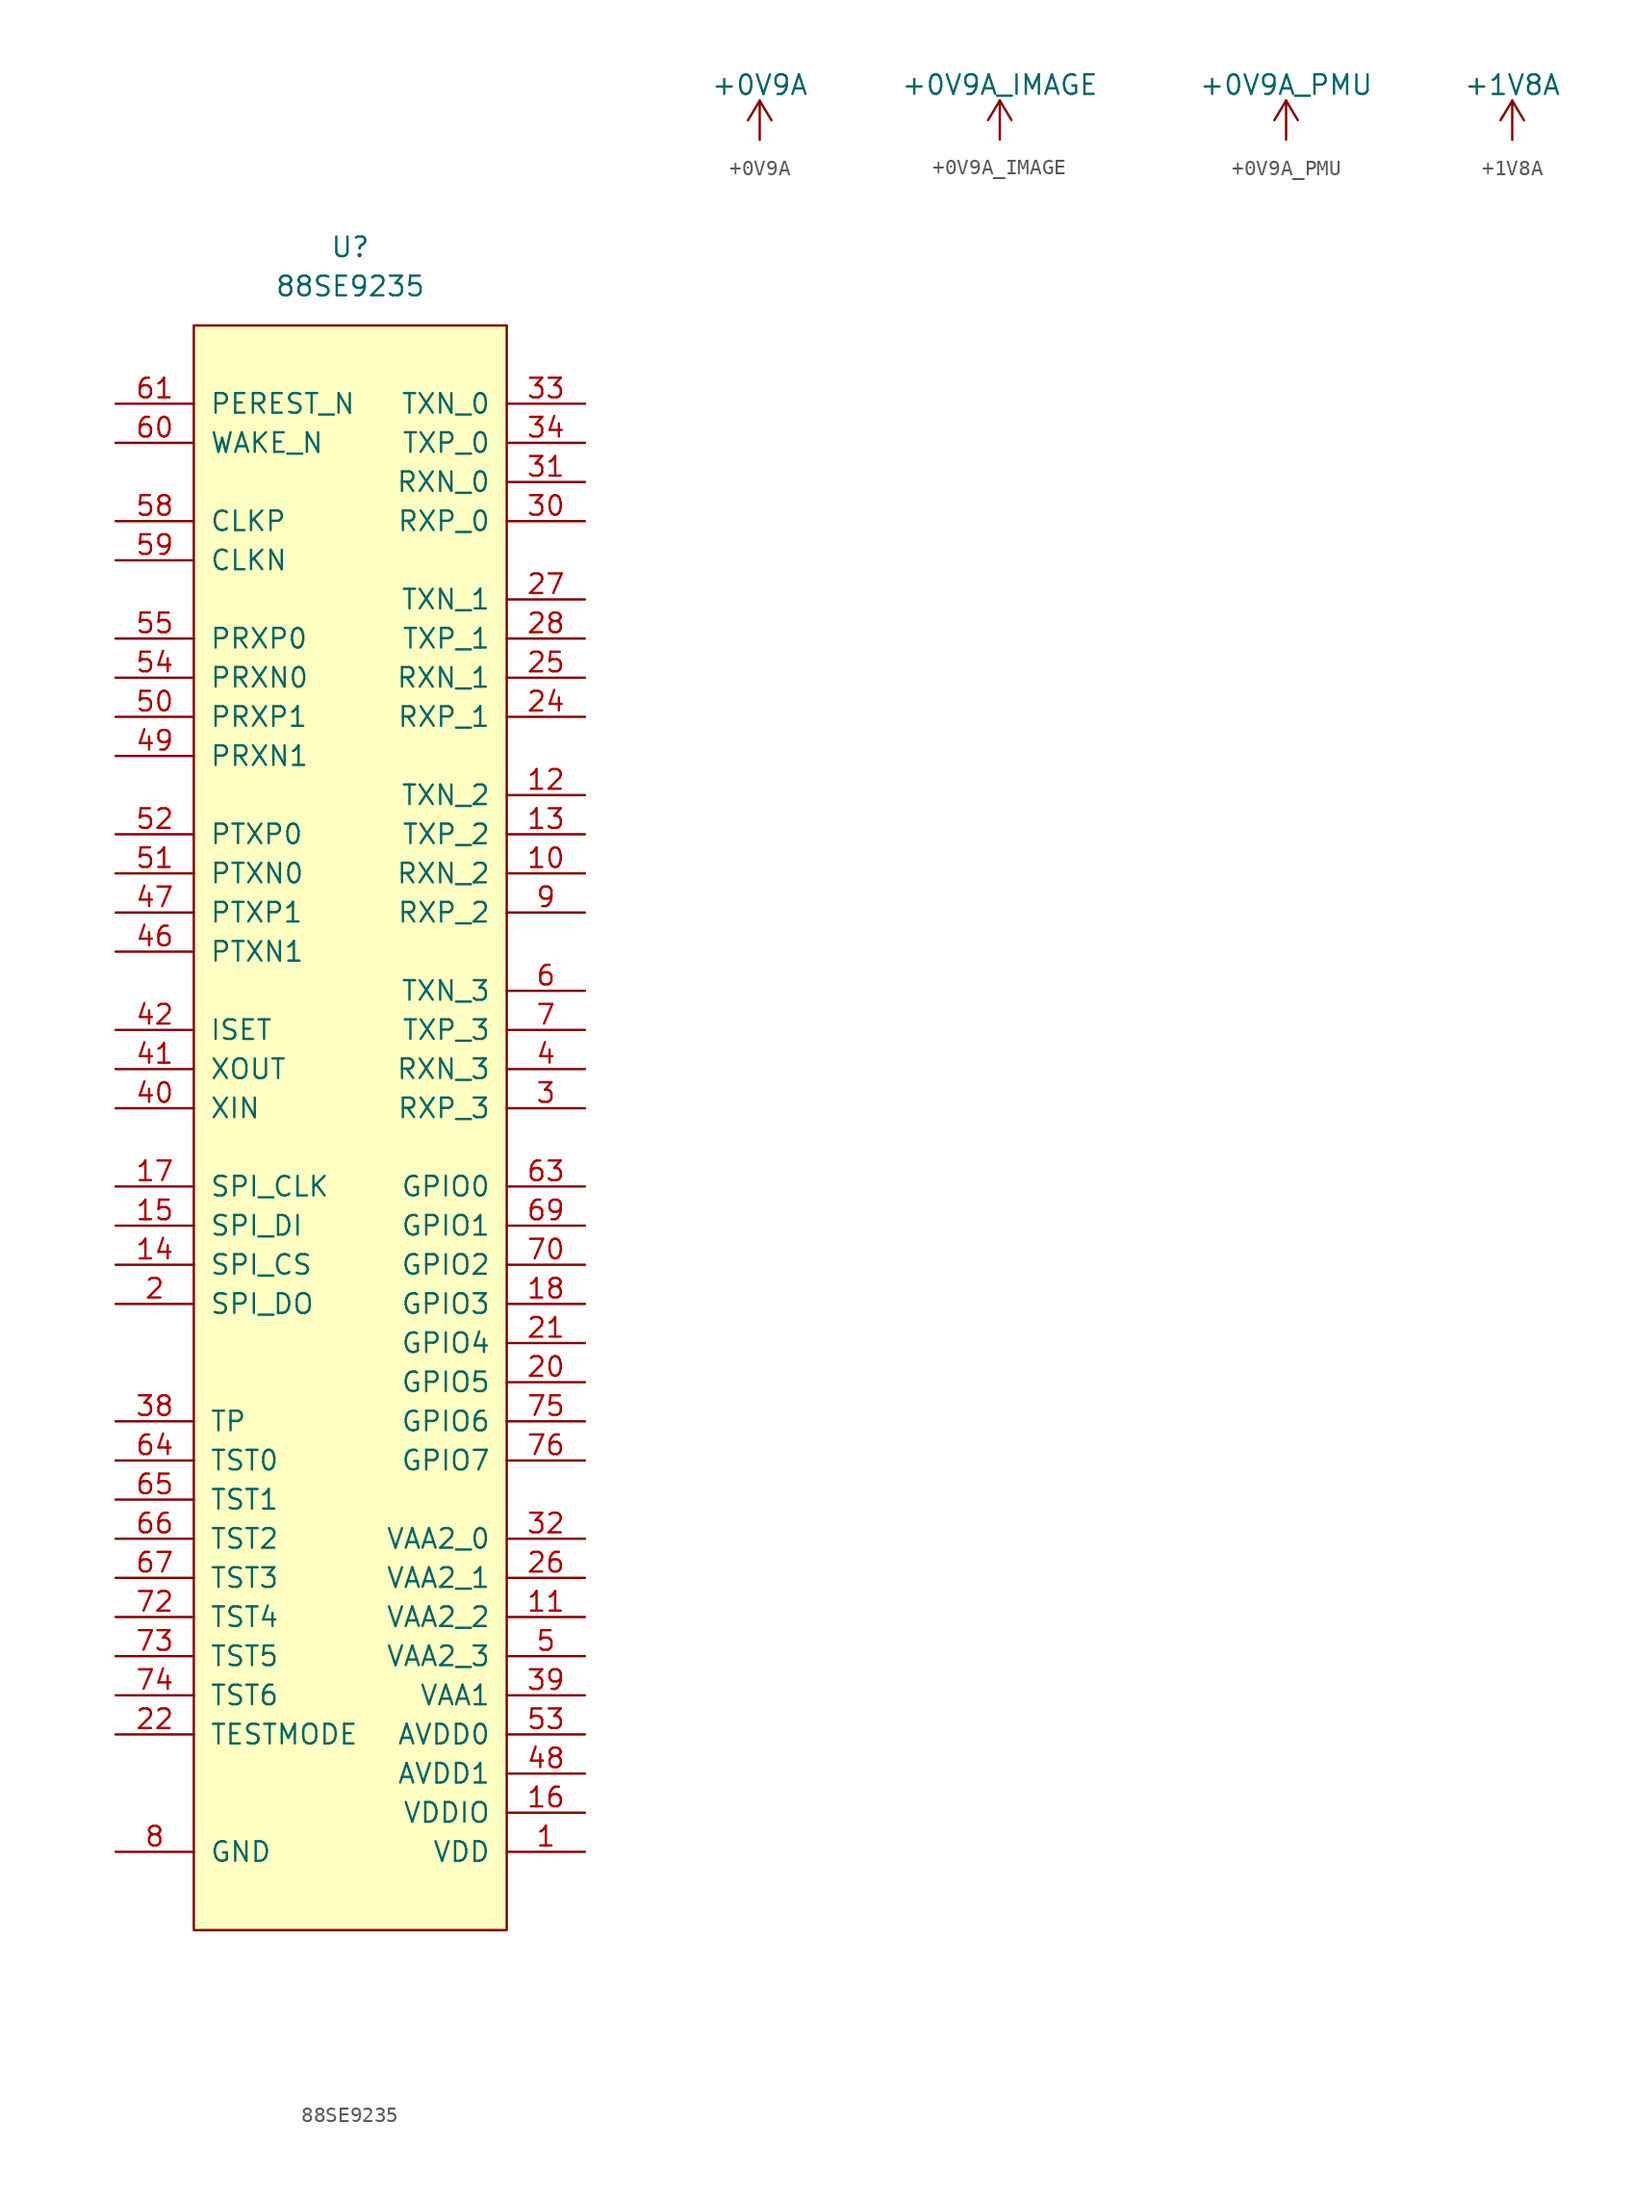
<source format=kicad_sym>
(kicad_symbol_lib
  (version 20231120)
  (generator "kicad_symbol_editor")
  (generator_version "8.0")
  (symbol "88SE9235"
    (pin_names
      (offset 1.016))
    (property "Reference" "U"
      (at 0 0 0)
      (effects (font (size 1.27 1.27))))
    (property "Value" "88SE9235"
      (at 0 -2.54 0)
      (effects (font (size 1.27 1.27))))
    (symbol "88SE9235_0_1"
      (rectangle (start -10.16 -5.08) (end 10.16 -109.22) (stroke (width 0) (type default)) (fill (type background))))
    (symbol "88SE9235_1_1"
      (pin power_in line (at 15.24 -104.14 180) (length 5.08) (name "VDD" (effects (font (size 1.27 1.27)))) (number "1" (effects (font (size 1.27 1.27)))))
      (pin input line (at 15.24 -40.64 180) (length 5.08) (name "RXN_2" (effects (font (size 1.27 1.27)))) (number "10" (effects (font (size 1.27 1.27)))))
      (pin power_in line (at 15.24 -88.9 180) (length 5.08) (name "VAA2_2" (effects (font (size 1.27 1.27)))) (number "11" (effects (font (size 1.27 1.27)))))
      (pin output line (at 15.24 -35.56 180) (length 5.08) (name "TXN_2" (effects (font (size 1.27 1.27)))) (number "12" (effects (font (size 1.27 1.27)))))
      (pin output line (at 15.24 -38.1 180) (length 5.08) (name "TXP_2" (effects (font (size 1.27 1.27)))) (number "13" (effects (font (size 1.27 1.27)))))
      (pin output line (at -15.24 -66.04 0) (length 5.08) (name "SPI_CS" (effects (font (size 1.27 1.27)))) (number "14" (effects (font (size 1.27 1.27)))))
      (pin input line (at -15.24 -63.5 0) (length 5.08) (name "SPI_DI" (effects (font (size 1.27 1.27)))) (number "15" (effects (font (size 1.27 1.27)))))
      (pin power_in line (at 15.24 -101.6 180) (length 5.08) (name "VDDIO" (effects (font (size 1.27 1.27)))) (number "16" (effects (font (size 1.27 1.27)))))
      (pin output line (at -15.24 -60.96 0) (length 5.08) (name "SPI_CLK" (effects (font (size 1.27 1.27)))) (number "17" (effects (font (size 1.27 1.27)))))
      (pin bidirectional line (at 15.24 -68.58 180) (length 5.08) (name "GPIO3" (effects (font (size 1.27 1.27)))) (number "18" (effects (font (size 1.27 1.27)))))
      (pin power_in line (at 15.24 -104.14 180) (length 5.08) hide (name "VDD" (effects (font (size 1.27 1.27)))) (number "19" (effects (font (size 1.27 1.27)))))
      (pin output line (at -15.24 -68.58 0) (length 5.08) (name "SPI_DO" (effects (font (size 1.27 1.27)))) (number "2" (effects (font (size 1.27 1.27)))))
      (pin bidirectional line (at 15.24 -73.66 180) (length 5.08) (name "GPIO5" (effects (font (size 1.27 1.27)))) (number "20" (effects (font (size 1.27 1.27)))))
      (pin bidirectional line (at 15.24 -71.12 180) (length 5.08) (name "GPIO4" (effects (font (size 1.27 1.27)))) (number "21" (effects (font (size 1.27 1.27)))))
      (pin input line (at -15.24 -96.52 0) (length 5.08) (name "TESTMODE" (effects (font (size 1.27 1.27)))) (number "22" (effects (font (size 1.27 1.27)))))
      (pin power_in line (at 15.24 -104.14 180) (length 5.08) hide (name "VDD" (effects (font (size 1.27 1.27)))) (number "23" (effects (font (size 1.27 1.27)))))
      (pin input line (at 15.24 -30.48 180) (length 5.08) (name "RXP_1" (effects (font (size 1.27 1.27)))) (number "24" (effects (font (size 1.27 1.27)))))
      (pin input line (at 15.24 -27.94 180) (length 5.08) (name "RXN_1" (effects (font (size 1.27 1.27)))) (number "25" (effects (font (size 1.27 1.27)))))
      (pin power_in line (at 15.24 -86.36 180) (length 5.08) (name "VAA2_1" (effects (font (size 1.27 1.27)))) (number "26" (effects (font (size 1.27 1.27)))))
      (pin output line (at 15.24 -22.86 180) (length 5.08) (name "TXN_1" (effects (font (size 1.27 1.27)))) (number "27" (effects (font (size 1.27 1.27)))))
      (pin output line (at 15.24 -25.4 180) (length 5.08) (name "TXP_1" (effects (font (size 1.27 1.27)))) (number "28" (effects (font (size 1.27 1.27)))))
      (pin power_in line (at -15.24 -104.14 0) (length 5.08) hide (name "GND" (effects (font (size 1.27 1.27)))) (number "29" (effects (font (size 1.27 1.27)))))
      (pin input line (at 15.24 -55.88 180) (length 5.08) (name "RXP_3" (effects (font (size 1.27 1.27)))) (number "3" (effects (font (size 1.27 1.27)))))
      (pin input line (at 15.24 -17.78 180) (length 5.08) (name "RXP_0" (effects (font (size 1.27 1.27)))) (number "30" (effects (font (size 1.27 1.27)))))
      (pin input line (at 15.24 -15.24 180) (length 5.08) (name "RXN_0" (effects (font (size 1.27 1.27)))) (number "31" (effects (font (size 1.27 1.27)))))
      (pin power_in line (at 15.24 -83.82 180) (length 5.08) (name "VAA2_0" (effects (font (size 1.27 1.27)))) (number "32" (effects (font (size 1.27 1.27)))))
      (pin output line (at 15.24 -10.16 180) (length 5.08) (name "TXN_0" (effects (font (size 1.27 1.27)))) (number "33" (effects (font (size 1.27 1.27)))))
      (pin output line (at 15.24 -12.7 180) (length 5.08) (name "TXP_0" (effects (font (size 1.27 1.27)))) (number "34" (effects (font (size 1.27 1.27)))))
      (pin power_in line (at 15.24 -104.14 180) (length 5.08) hide (name "VDD" (effects (font (size 1.27 1.27)))) (number "36" (effects (font (size 1.27 1.27)))))
      (pin bidirectional line (at -15.24 -76.2 0) (length 5.08) (name "TP" (effects (font (size 1.27 1.27)))) (number "38" (effects (font (size 1.27 1.27)))))
      (pin power_in line (at 15.24 -93.98 180) (length 5.08) (name "VAA1" (effects (font (size 1.27 1.27)))) (number "39" (effects (font (size 1.27 1.27)))))
      (pin input line (at 15.24 -53.34 180) (length 5.08) (name "RXN_3" (effects (font (size 1.27 1.27)))) (number "4" (effects (font (size 1.27 1.27)))))
      (pin input line (at -15.24 -55.88 0) (length 5.08) (name "XIN" (effects (font (size 1.27 1.27)))) (number "40" (effects (font (size 1.27 1.27)))))
      (pin output line (at -15.24 -53.34 0) (length 5.08) (name "XOUT" (effects (font (size 1.27 1.27)))) (number "41" (effects (font (size 1.27 1.27)))))
      (pin bidirectional line (at -15.24 -50.8 0) (length 5.08) (name "ISET" (effects (font (size 1.27 1.27)))) (number "42" (effects (font (size 1.27 1.27)))))
      (pin power_in line (at 15.24 -104.14 180) (length 5.08) hide (name "VDD" (effects (font (size 1.27 1.27)))) (number "44" (effects (font (size 1.27 1.27)))))
      (pin power_in line (at -15.24 -104.14 0) (length 5.08) hide (name "GND" (effects (font (size 1.27 1.27)))) (number "45" (effects (font (size 1.27 1.27)))))
      (pin output line (at -15.24 -45.72 0) (length 5.08) (name "PTXN1" (effects (font (size 1.27 1.27)))) (number "46" (effects (font (size 1.27 1.27)))))
      (pin output line (at -15.24 -43.18 0) (length 5.08) (name "PTXP1" (effects (font (size 1.27 1.27)))) (number "47" (effects (font (size 1.27 1.27)))))
      (pin power_in line (at 15.24 -99.06 180) (length 5.08) (name "AVDD1" (effects (font (size 1.27 1.27)))) (number "48" (effects (font (size 1.27 1.27)))))
      (pin input line (at -15.24 -33.02 0) (length 5.08) (name "PRXN1" (effects (font (size 1.27 1.27)))) (number "49" (effects (font (size 1.27 1.27)))))
      (pin power_in line (at 15.24 -91.44 180) (length 5.08) (name "VAA2_3" (effects (font (size 1.27 1.27)))) (number "5" (effects (font (size 1.27 1.27)))))
      (pin input line (at -15.24 -30.48 0) (length 5.08) (name "PRXP1" (effects (font (size 1.27 1.27)))) (number "50" (effects (font (size 1.27 1.27)))))
      (pin output line (at -15.24 -40.64 0) (length 5.08) (name "PTXN0" (effects (font (size 1.27 1.27)))) (number "51" (effects (font (size 1.27 1.27)))))
      (pin output line (at -15.24 -38.1 0) (length 5.08) (name "PTXP0" (effects (font (size 1.27 1.27)))) (number "52" (effects (font (size 1.27 1.27)))))
      (pin power_in line (at 15.24 -96.52 180) (length 5.08) (name "AVDD0" (effects (font (size 1.27 1.27)))) (number "53" (effects (font (size 1.27 1.27)))))
      (pin input line (at -15.24 -27.94 0) (length 5.08) (name "PRXN0" (effects (font (size 1.27 1.27)))) (number "54" (effects (font (size 1.27 1.27)))))
      (pin input line (at -15.24 -25.4 0) (length 5.08) (name "PRXP0" (effects (font (size 1.27 1.27)))) (number "55" (effects (font (size 1.27 1.27)))))
      (pin power_in line (at -15.24 -104.14 0) (length 5.08) hide (name "GND" (effects (font (size 1.27 1.27)))) (number "56" (effects (font (size 1.27 1.27)))))
      (pin input line (at -15.24 -17.78 0) (length 5.08) (name "CLKP" (effects (font (size 1.27 1.27)))) (number "58" (effects (font (size 1.27 1.27)))))
      (pin input line (at -15.24 -20.32 0) (length 5.08) (name "CLKN" (effects (font (size 1.27 1.27)))) (number "59" (effects (font (size 1.27 1.27)))))
      (pin output line (at 15.24 -48.26 180) (length 5.08) (name "TXN_3" (effects (font (size 1.27 1.27)))) (number "6" (effects (font (size 1.27 1.27)))))
      (pin open_collector line (at -15.24 -12.7 0) (length 5.08) (name "WAKE_N" (effects (font (size 1.27 1.27)))) (number "60" (effects (font (size 1.27 1.27)))))
      (pin input line (at -15.24 -10.16 0) (length 5.08) (name "PEREST_N" (effects (font (size 1.27 1.27)))) (number "61" (effects (font (size 1.27 1.27)))))
      (pin power_in line (at 15.24 -104.14 180) (length 5.08) hide (name "VDD" (effects (font (size 1.27 1.27)))) (number "62" (effects (font (size 1.27 1.27)))))
      (pin bidirectional line (at 15.24 -60.96 180) (length 5.08) (name "GPIO0" (effects (font (size 1.27 1.27)))) (number "63" (effects (font (size 1.27 1.27)))))
      (pin bidirectional line (at -15.24 -78.74 0) (length 5.08) (name "TST0" (effects (font (size 1.27 1.27)))) (number "64" (effects (font (size 1.27 1.27)))))
      (pin bidirectional line (at -15.24 -81.28 0) (length 5.08) (name "TST1" (effects (font (size 1.27 1.27)))) (number "65" (effects (font (size 1.27 1.27)))))
      (pin bidirectional line (at -15.24 -83.82 0) (length 5.08) (name "TST2" (effects (font (size 1.27 1.27)))) (number "66" (effects (font (size 1.27 1.27)))))
      (pin bidirectional line (at -15.24 -86.36 0) (length 5.08) (name "TST3" (effects (font (size 1.27 1.27)))) (number "67" (effects (font (size 1.27 1.27)))))
      (pin power_in line (at 15.24 -101.6 180) (length 5.08) hide (name "VDDIO" (effects (font (size 1.27 1.27)))) (number "68" (effects (font (size 1.27 1.27)))))
      (pin bidirectional line (at 15.24 -63.5 180) (length 5.08) (name "GPIO1" (effects (font (size 1.27 1.27)))) (number "69" (effects (font (size 1.27 1.27)))))
      (pin output line (at 15.24 -50.8 180) (length 5.08) (name "TXP_3" (effects (font (size 1.27 1.27)))) (number "7" (effects (font (size 1.27 1.27)))))
      (pin bidirectional line (at 15.24 -66.04 180) (length 5.08) (name "GPIO2" (effects (font (size 1.27 1.27)))) (number "70" (effects (font (size 1.27 1.27)))))
      (pin power_in line (at 15.24 -104.14 180) (length 5.08) hide (name "VDD" (effects (font (size 1.27 1.27)))) (number "71" (effects (font (size 1.27 1.27)))))
      (pin bidirectional line (at -15.24 -88.9 0) (length 5.08) (name "TST4" (effects (font (size 1.27 1.27)))) (number "72" (effects (font (size 1.27 1.27)))))
      (pin bidirectional line (at -15.24 -91.44 0) (length 5.08) (name "TST5" (effects (font (size 1.27 1.27)))) (number "73" (effects (font (size 1.27 1.27)))))
      (pin bidirectional line (at -15.24 -93.98 0) (length 5.08) (name "TST6" (effects (font (size 1.27 1.27)))) (number "74" (effects (font (size 1.27 1.27)))))
      (pin bidirectional line (at 15.24 -76.2 180) (length 5.08) (name "GPIO6" (effects (font (size 1.27 1.27)))) (number "75" (effects (font (size 1.27 1.27)))))
      (pin bidirectional line (at 15.24 -78.74 180) (length 5.08) (name "GPIO7" (effects (font (size 1.27 1.27)))) (number "76" (effects (font (size 1.27 1.27)))))
      (pin power_in line (at -15.24 -104.14 0) (length 5.08) (name "GND" (effects (font (size 1.27 1.27)))) (number "8" (effects (font (size 1.27 1.27)))))
      (pin input line (at 15.24 -43.18 180) (length 5.08) (name "RXP_2" (effects (font (size 1.27 1.27)))) (number "9" (effects (font (size 1.27 1.27)))))))
  (symbol "+0V9A"
    (power)
    (pin_names
      (offset 0))
    (property "Reference" "#PWR"
      (at 0 -3.81 0)
      (effects (font (size 1.27 1.27)) (hide yes)))
    (property "Value" "+0V9A"
      (at 0 3.556 0)
      (effects (font (size 1.27 1.27))))
    (symbol "+0V9A_0_1"
      (polyline (pts (xy -0.762 1.27) (xy 0 2.54)) (stroke (width 0) (type default)) (fill (type none)))
      (polyline (pts (xy 0 0) (xy 0 2.54)) (stroke (width 0) (type default)) (fill (type none)))
      (polyline (pts (xy 0 2.54) (xy 0.762 1.27)) (stroke (width 0) (type default)) (fill (type none))))
    (symbol "+0V9A_1_1"
      (pin power_in line (at 0 0 90) (length 0) hide (name "+0V9A" (effects (font (size 1.27 1.27)))) (number "1" (effects (font (size 1.27 1.27)))))))
  (symbol "+0V9A_IMAGE"
    (power)
    (pin_names
      (offset 0))
    (property "Reference" "#PWR"
      (at 0 -3.81 0)
      (effects (font (size 1.27 1.27)) (hide yes)))
    (property "Value" "+0V9A_IMAGE"
      (at 0 3.556 0)
      (effects (font (size 1.27 1.27))))
    (symbol "+0V9A_IMAGE_0_1"
      (polyline (pts (xy -0.762 1.27) (xy 0 2.54)) (stroke (width 0) (type default)) (fill (type none)))
      (polyline (pts (xy 0 0) (xy 0 2.54)) (stroke (width 0) (type default)) (fill (type none)))
      (polyline (pts (xy 0 2.54) (xy 0.762 1.27)) (stroke (width 0) (type default)) (fill (type none))))
    (symbol "+0V9A_IMAGE_1_1"
      (pin power_in line (at 0 0 90) (length 0) hide (name "+0V9A_IMAGE" (effects (font (size 1.27 1.27)))) (number "1" (effects (font (size 1.27 1.27)))))))
  (symbol "+0V9A_PMU"
    (power)
    (pin_names
      (offset 0))
    (property "Reference" "#PWR"
      (at 0 -3.81 0)
      (effects (font (size 1.27 1.27)) (hide yes)))
    (property "Value" "+0V9A_PMU"
      (at 0 3.556 0)
      (effects (font (size 1.27 1.27))))
    (symbol "+0V9A_PMU_0_1"
      (polyline (pts (xy -0.762 1.27) (xy 0 2.54)) (stroke (width 0) (type default)) (fill (type none)))
      (polyline (pts (xy 0 0) (xy 0 2.54)) (stroke (width 0) (type default)) (fill (type none)))
      (polyline (pts (xy 0 2.54) (xy 0.762 1.27)) (stroke (width 0) (type default)) (fill (type none))))
    (symbol "+0V9A_PMU_1_1"
      (pin power_in line (at 0 0 90) (length 0) hide (name "+0V9A_PMU" (effects (font (size 1.27 1.27)))) (number "1" (effects (font (size 1.27 1.27)))))))
  (symbol "+1V8A"
    (power)
    (pin_names
      (offset 0))
    (property "Reference" "#PWR"
      (at 0 -3.81 0)
      (effects (font (size 1.27 1.27)) (hide yes)))
    (property "Value" "+1V8A"
      (at 0 3.556 0)
      (effects (font (size 1.27 1.27))))
    (symbol "+1V8A_0_1"
      (polyline (pts (xy -0.762 1.27) (xy 0 2.54)) (stroke (width 0) (type default)) (fill (type none)))
      (polyline (pts (xy 0 0) (xy 0 2.54)) (stroke (width 0) (type default)) (fill (type none)))
      (polyline (pts (xy 0 2.54) (xy 0.762 1.27)) (stroke (width 0) (type default)) (fill (type none))))
    (symbol "+1V8A_1_1"
      (pin power_in line (at 0 0 90) (length 0) hide (name "+1V8A" (effects (font (size 1.27 1.27)))) (number "1" (effects (font (size 1.27 1.27))))))))
</source>
